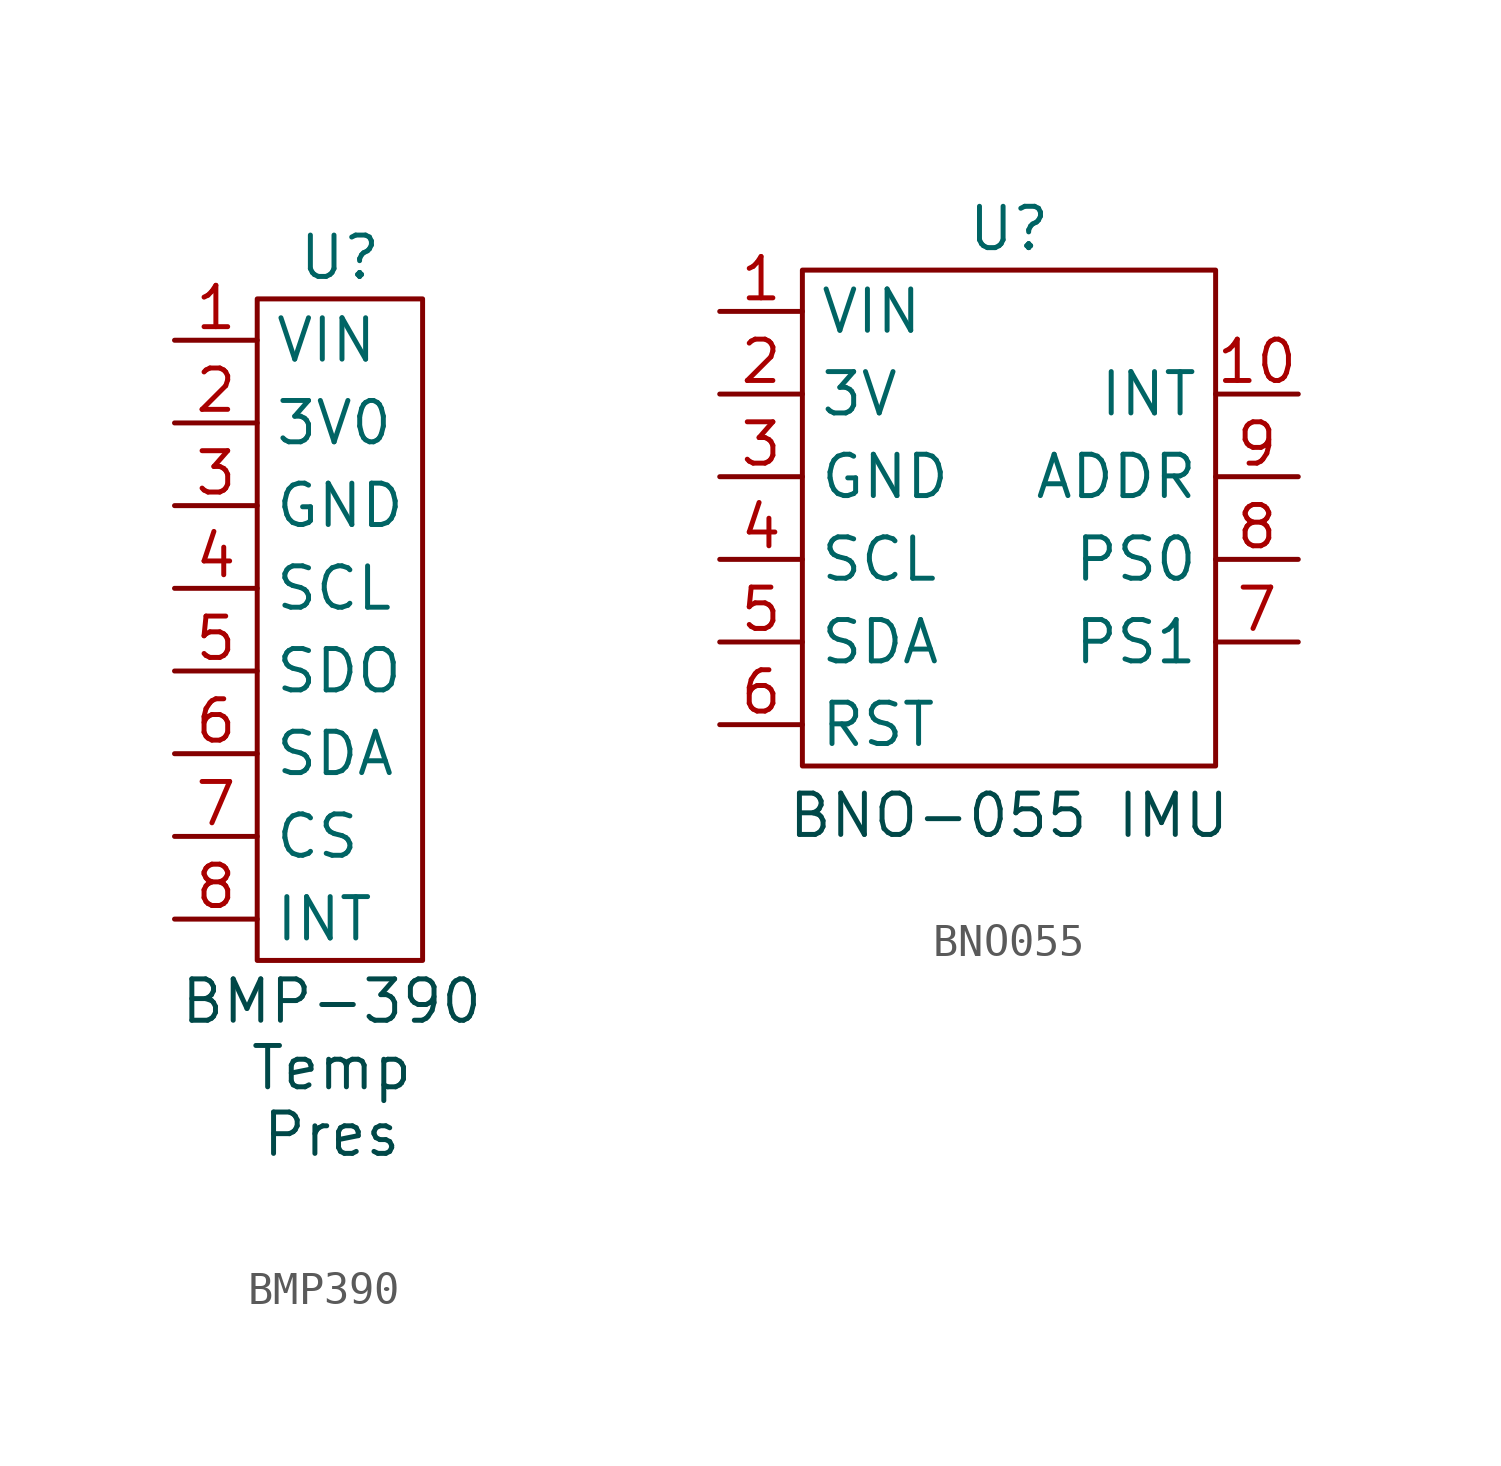
<source format=kicad_sym>
(kicad_symbol_lib
  (version 20241209)
  (generator "kicad_symbol_editor")
  (generator_version "9.0")
  (symbol "BMP390"
    (property "Reference" "U"
      (at 0 11.43 0)
      (effects (font (size 1.27 1.27))))
    (property "Value" ""
      (at 0 0 0)
      (effects (font (size 1.27 1.27))))
    (symbol "BMP390_0_1"
      (polyline (pts (xy -2.54 10.16) (xy -2.54 -10.16) (xy 2.54 -10.16) (xy 2.54 10.16) (xy -2.54 10.16)) (stroke (width 0) (type default)) (fill (type none))))
    (symbol "BMP390_1_0"
      (pin passive line (at -5.08 8.89 0) (length 2.54) (name "VIN" (effects (font (size 1.27 1.27)))) (number "1" (effects (font (size 1.27 1.27)))))
      (pin passive line (at -5.08 6.35 0) (length 2.54) (name "3V0" (effects (font (size 1.27 1.27)))) (number "2" (effects (font (size 1.27 1.27)))))
      (pin passive line (at -5.08 3.81 0) (length 2.54) (name "GND" (effects (font (size 1.27 1.27)))) (number "3" (effects (font (size 1.27 1.27)))))
      (pin passive line (at -5.08 1.27 0) (length 2.54) (name "SCL" (effects (font (size 1.27 1.27)))) (number "4" (effects (font (size 1.27 1.27)))))
      (pin passive line (at -5.08 -1.27 0) (length 2.54) (name "SDO" (effects (font (size 1.27 1.27)))) (number "5" (effects (font (size 1.27 1.27)))))
      (pin passive line (at -5.08 -3.81 0) (length 2.54) (name "SDA" (effects (font (size 1.27 1.27)))) (number "6" (effects (font (size 1.27 1.27)))))
      (pin passive line (at -5.08 -6.35 0) (length 2.54) (name "CS" (effects (font (size 1.27 1.27)))) (number "7" (effects (font (size 1.27 1.27)))))
      (pin passive line (at -5.08 -8.89 0) (length 2.54) (name "INT" (effects (font (size 1.27 1.27)))) (number "8" (effects (font (size 1.27 1.27))))))
    (symbol "BMP390_1_1"
      (text "BMP-390\nTemp\nPres\n" (at -0.254 -13.462 0) (effects (font (size 1.27 1.27) (color 0 72 72 1))))))
  (symbol "BNO055"
    (property "Reference" "U"
      (at 0 8.89 0)
      (effects (font (size 1.27 1.27))))
    (property "Value" ""
      (at 0 0 0)
      (effects (font (size 1.27 1.27))))
    (symbol "BNO055_0_1"
      (polyline (pts (xy -6.35 7.62) (xy -6.35 -7.62) (xy 6.35 -7.62) (xy 6.35 7.62) (xy -6.35 7.62)) (stroke (width 0) (type default)) (fill (type none))))
    (symbol "BNO055_1_0"
      (pin passive line (at -8.89 6.35 0) (length 2.54) (name "VIN" (effects (font (size 1.27 1.27)))) (number "1" (effects (font (size 1.27 1.27)))))
      (pin passive line (at -8.89 3.81 0) (length 2.54) (name "3V" (effects (font (size 1.27 1.27)))) (number "2" (effects (font (size 1.27 1.27)))))
      (pin passive line (at -8.89 1.27 0) (length 2.54) (name "GND" (effects (font (size 1.27 1.27)))) (number "3" (effects (font (size 1.27 1.27)))))
      (pin passive line (at -8.89 -1.27 0) (length 2.54) (name "SCL" (effects (font (size 1.27 1.27)))) (number "4" (effects (font (size 1.27 1.27)))))
      (pin passive line (at -8.89 -3.81 0) (length 2.54) (name "SDA" (effects (font (size 1.27 1.27)))) (number "5" (effects (font (size 1.27 1.27)))))
      (pin passive line (at -8.89 -6.35 0) (length 2.54) (name "RST" (effects (font (size 1.27 1.27)))) (number "6" (effects (font (size 1.27 1.27)))))
      (pin passive line (at 8.89 3.81 180) (length 2.54) (name "INT" (effects (font (size 1.27 1.27)))) (number "10" (effects (font (size 1.27 1.27)))))
      (pin passive line (at 8.89 1.27 180) (length 2.54) (name "ADDR" (effects (font (size 1.27 1.27)))) (number "9" (effects (font (size 1.27 1.27)))))
      (pin passive line (at 8.89 -1.27 180) (length 2.54) (name "PS0" (effects (font (size 1.27 1.27)))) (number "8" (effects (font (size 1.27 1.27)))))
      (pin passive line (at 8.89 -3.81 180) (length 2.54) (name "PS1" (effects (font (size 1.27 1.27)))) (number "7" (effects (font (size 1.27 1.27))))))
    (symbol "BNO055_1_1"
      (text "BNO-055 IMU" (at 0 -9.144 0) (effects (font (size 1.27 1.27) (color 0 72 72 1)))))))
</source>
